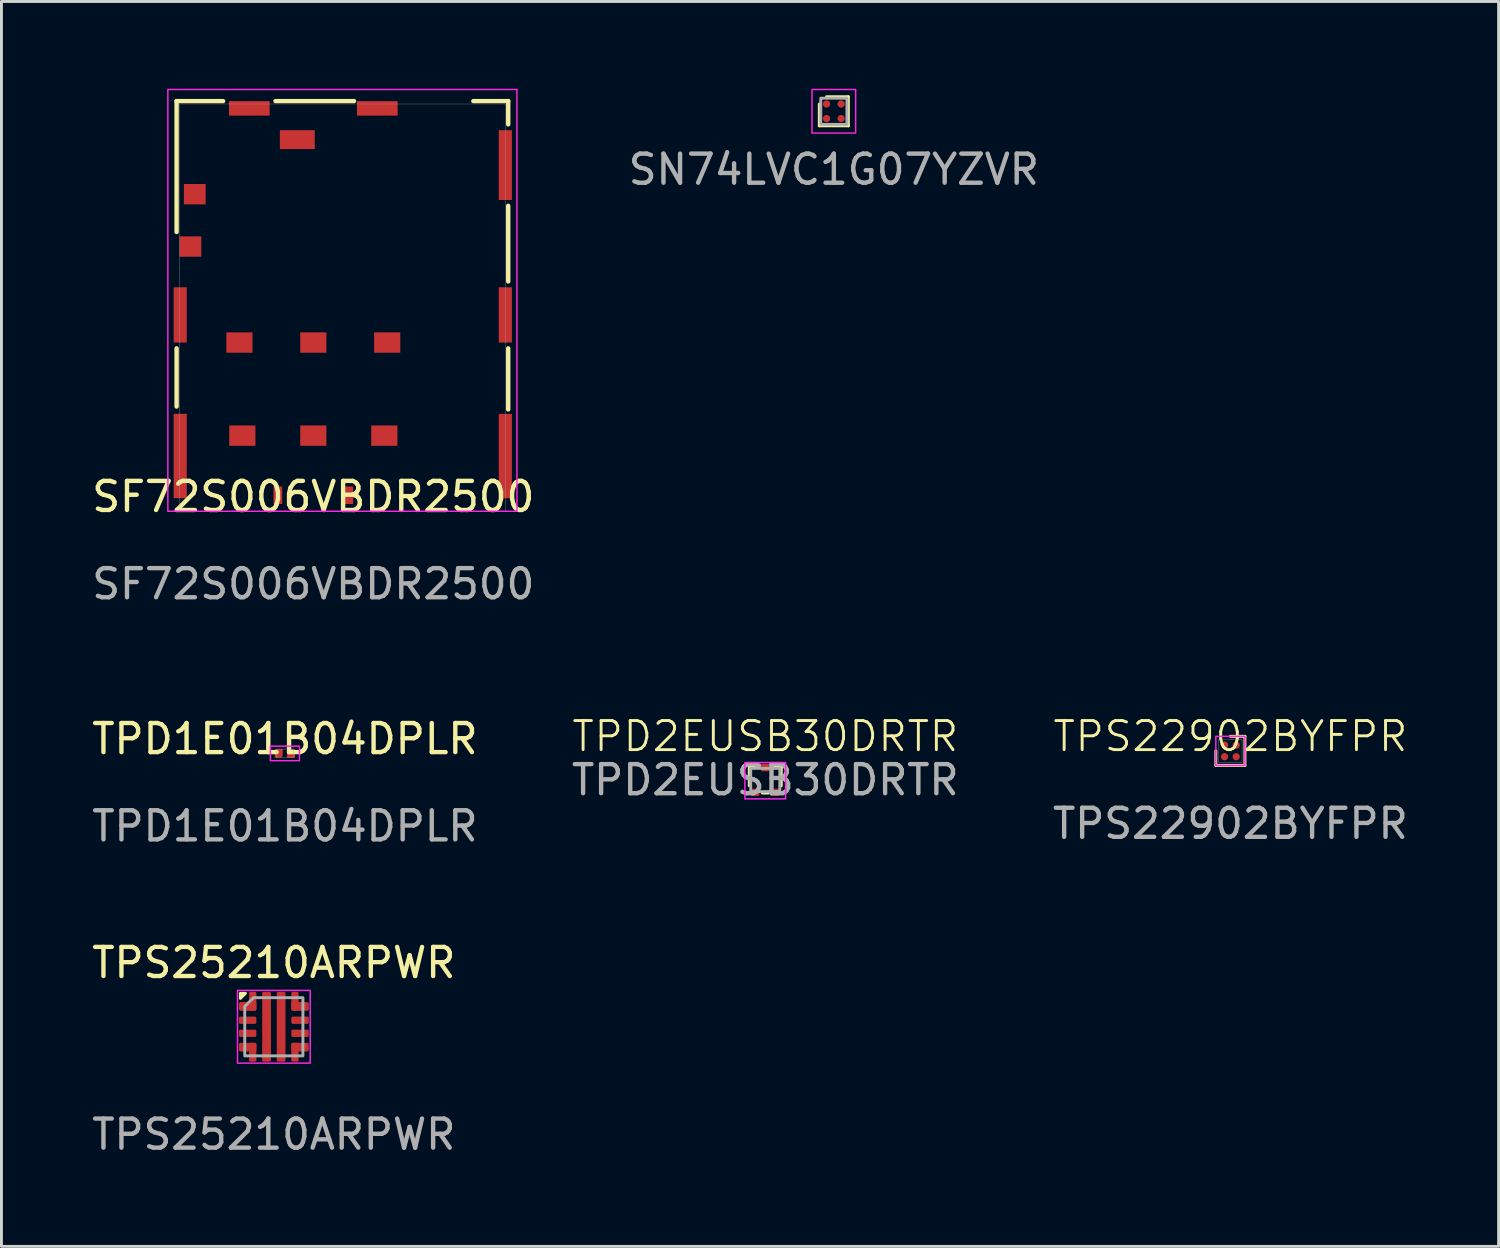
<source format=kicad_pcb>
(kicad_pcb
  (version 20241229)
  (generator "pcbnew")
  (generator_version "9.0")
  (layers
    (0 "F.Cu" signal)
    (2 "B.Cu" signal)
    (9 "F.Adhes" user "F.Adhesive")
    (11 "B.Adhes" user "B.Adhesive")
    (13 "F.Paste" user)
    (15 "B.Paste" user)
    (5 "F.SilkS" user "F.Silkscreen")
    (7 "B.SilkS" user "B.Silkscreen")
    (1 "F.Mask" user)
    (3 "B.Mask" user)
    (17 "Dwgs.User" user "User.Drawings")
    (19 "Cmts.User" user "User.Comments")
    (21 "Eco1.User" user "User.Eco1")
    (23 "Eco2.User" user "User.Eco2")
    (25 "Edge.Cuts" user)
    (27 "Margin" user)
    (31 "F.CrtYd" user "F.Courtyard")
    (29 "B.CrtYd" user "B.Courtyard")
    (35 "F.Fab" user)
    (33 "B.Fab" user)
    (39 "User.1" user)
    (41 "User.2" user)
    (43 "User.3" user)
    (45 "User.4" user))
  (footprint "TPD1E01B04DPLR"
    (layer "F.Cu")
    (at 6.744 22.848)
    (property "Reference" "TPD1E01B04DPLR" (at 0 -0.5 0) (unlocked yes) (layer "F.SilkS") (effects (font (size 1 1) (thickness 0.15))))
    (attr smd)
    (fp_rect (start -0.5 -0.25) (end 0.5 0.25) (stroke (width 0.05) (type default)) (fill no) (layer "F.CrtYd"))
    (fp_rect (start -0.3 -0.15) (end 0.3 0.15) (stroke (width 0.01) (type solid)) (fill no) (layer "F.Fab"))
    (fp_text user "${REFERENCE}" (at 0 2.5 0) (unlocked yes) (layer "F.Fab") (effects (font (size 1 1) (thickness 0.15))))
    (pad "1" smd roundrect (at -0.212 0) (size 0.275 0.3) (layers "F.Cu" "F.Mask" "F.Paste") (roundrect_rratio 0) (chamfer_ratio 0.25) (chamfer bottom_right))
    (pad "2" smd rect (at 0.212 0) (size 0.275 0.3) (layers "F.Cu" "F.Mask" "F.Paste")))
  (footprint "TPD2EUSB30DRTR"
    (layer "F.Cu")
    (at 23.256 23.761)
    (property "Reference" "TPD2EUSB30DRTR" (at 0 -1.5 0) (unlocked yes) (layer "F.SilkS") (effects (font (size 1 1) (thickness 0.1))))
    (attr smd)
    (fp_line (start -0.55 -0.45) (end -0.55 0.2) (stroke (width 0.1) (type default)) (layer "F.SilkS"))
    (fp_line (start -0.25 -0.45) (end -0.55 -0.45) (stroke (width 0.1) (type default)) (layer "F.SilkS"))
    (fp_line (start -0.1 0.45) (end 0.1 0.45) (stroke (width 0.1) (type default)) (layer "F.SilkS"))
    (fp_line (start 0.25 -0.45) (end 0.55 -0.45) (stroke (width 0.1) (type default)) (layer "F.SilkS"))
    (fp_line (start 0.55 -0.45) (end 0.55 0.2) (stroke (width 0.1) (type default)) (layer "F.SilkS"))
    (fp_rect (start -0.7 -0.6) (end 0.7 0.65) (stroke (width 0.05) (type default)) (fill no) (layer "F.CrtYd"))
    (fp_rect (start -0.5 -0.4) (end 0.5 0.4) (stroke (width 0.1) (type default)) (fill no) (layer "F.Fab"))
    (fp_text user "${REFERENCE}" (at 0 0 0) (unlocked yes) (layer "F.Fab") (effects (font (size 1 1) (thickness 0.15))))
    (pad "1" smd roundrect (at -0.35 0.425) (size 0.3 0.25) (layers "F.Cu" "F.Mask" "F.Paste") (roundrect_rratio 0.2))
    (pad "2" smd roundrect (at 0.35 0.425) (size 0.3 0.25) (layers "F.Cu" "F.Mask" "F.Paste") (roundrect_rratio 0.2))
    (pad "3" smd roundrect (at 0 -0.425) (size 0.3 0.25) (layers "F.Cu" "F.Mask" "F.Paste") (roundrect_rratio 0.2)))
  (footprint "SF72S006VBDR2500"
    (layer "F.Cu")
    (at 7.72 14.525)
    (property "Reference" "SF72S006VBDR2500" (at 0 -0.5 0) (unlocked yes) (layer "F.SilkS") (effects (font (size 1 1) (thickness 0.15))))
    (attr smd)
    (fp_line (start -4.7 -14.1) (end -3.1 -14.1) (stroke (width 0.15) (type default)) (layer "F.SilkS"))
    (fp_line (start -4.7 -9.6) (end -4.7 -14.1) (stroke (width 0.15) (type default)) (layer "F.SilkS"))
    (fp_line (start -4.7 -3.6) (end -4.7 -5.6) (stroke (width 0.15) (type default)) (layer "F.SilkS"))
    (fp_line (start -1.3 -14.1) (end 1.4 -14.1) (stroke (width 0.15) (type default)) (layer "F.SilkS"))
    (fp_line (start 5.5 -14.1) (end 6.7 -14.1) (stroke (width 0.15) (type default)) (layer "F.SilkS"))
    (fp_line (start 6.7 -14.1) (end 6.7 -13.3) (stroke (width 0.15) (type default)) (layer "F.SilkS"))
    (fp_line (start 6.7 -10.5) (end 6.7 -7.9) (stroke (width 0.15) (type default)) (layer "F.SilkS"))
    (fp_line (start 6.7 -5.6) (end 6.7 -3.5) (stroke (width 0.15) (type default)) (layer "F.SilkS"))
    (fp_rect (start -5 -14.5) (end 7 0) (stroke (width 0.05) (type default)) (fill no) (layer "F.CrtYd"))
    (fp_rect (start -4.6 -14) (end 6.6 0) (stroke (width 0.01) (type solid)) (fill no) (layer "F.Fab"))
    (fp_line (start -4.4 0) (end -4.4 0.8) (stroke (width 0.15) (type default)) (layer "User.2"))
    (fp_line (start -4.4 0.8) (end -4.4 3.9) (stroke (width 0.15) (type default)) (layer "User.2"))
    (fp_line (start -4.4 0.8) (end 4.4 0.8) (stroke (width 0.15) (type default)) (layer "User.2"))
    (fp_line (start -4.4 3.9) (end 4.4 3.9) (stroke (width 0.15) (type default)) (layer "User.2"))
    (fp_line (start 4.4 0.8) (end 4.4 0) (stroke (width 0.15) (type default)) (layer "User.2"))
    (fp_line (start 4.4 3.9) (end 4.4 0.8) (stroke (width 0.15) (type default)) (layer "User.2"))
    (fp_text user "${REFERENCE}" (at 0 2.5 0) (unlocked yes) (layer "F.Fab") (effects (font (size 1 1) (thickness 0.15))))
    (pad "C1" smd rect (at 2.44 -2.6) (size 0.9 0.7) (layers "F.Cu" "F.Mask" "F.Paste"))
    (pad "C2" smd rect (at 0 -2.6) (size 0.9 0.7) (layers "F.Cu" "F.Mask" "F.Paste"))
    (pad "C3" smd rect (at -2.44 -2.6) (size 0.9 0.7) (layers "F.Cu" "F.Mask" "F.Paste"))
    (pad "C5" smd rect (at 2.54 -5.8) (size 0.9 0.7) (layers "F.Cu" "F.Mask" "F.Paste"))
    (pad "C6" smd rect (at 0 -5.8) (size 0.9 0.7) (layers "F.Cu" "F.Mask" "F.Paste"))
    (pad "C7" smd rect (at -2.54 -5.8) (size 0.9 0.7) (layers "F.Cu" "F.Mask" "F.Paste"))
    (pad "C8" smd rect (at -0.55 -12.775) (size 1.2 0.65) (layers "F.Cu" "F.Mask" "F.Paste"))
    (pad "MP" smd rect (at -4.575 -6.75) (size 0.45 1.9) (layers "F.Cu" "F.Mask" "F.Paste"))
    (pad "MP" smd rect (at -4.575 -1.9) (size 0.45 2.9) (layers "F.Cu" "F.Mask" "F.Paste"))
    (pad "MP" smd rect (at -4.225 -9.1) (size 0.75 0.7) (layers "F.Cu" "F.Mask" "F.Paste"))
    (pad "MP" smd rect (at -4.075 -10.9) (size 0.75 0.7) (layers "F.Cu" "F.Mask" "F.Paste"))
    (pad "MP" smd rect (at -2.2 -13.85) (size 1.4 0.5) (layers "F.Cu" "F.Mask" "F.Paste"))
    (pad "MP" smd rect (at -1.22 -0.55) (size 0.3 0.6) (layers "F.Cu" "F.Mask" "F.Paste"))
    (pad "MP" smd rect (at 1.22 -0.55) (size 0.3 0.6) (layers "F.Cu" "F.Mask" "F.Paste"))
    (pad "MP" smd rect (at 2.2 -13.85) (size 1.4 0.5) (layers "F.Cu" "F.Mask" "F.Paste"))
    (pad "MP" smd rect (at 6.6 -11.9) (size 0.45 2.4) (layers "F.Cu" "F.Mask" "F.Paste"))
    (pad "MP" smd rect (at 6.6 -6.75) (size 0.45 1.9) (layers "F.Cu" "F.Mask" "F.Paste"))
    (pad "MP" smd rect (at 6.6 -1.9) (size 0.45 2.9) (layers "F.Cu" "F.Mask" "F.Paste")))
  (footprint "TPS25210ARPWR"
    (layer "F.Cu")
    (at 6.363 32.245)
    (property "Reference" "TPS25210ARPWR" (at 0 -2.2 0) (unlocked yes) (layer "F.SilkS") (effects (font (size 1 1) (thickness 0.15))))
    (attr smd)
    (fp_poly (pts (xy -1.15 -1.15) (xy -1.15 -0.975) (xy -0.975 -1.15)) (stroke (width 0.1) (type solid)) (fill yes) (layer "F.SilkS"))
    (fp_rect (start -1.25 -1.25) (end 1.25 1.25) (stroke (width 0.05) (type default)) (fill no) (layer "F.CrtYd"))
    (fp_poly (pts (xy -0.7 -1) (xy 1 -1) (xy 1 1) (xy -1 1) (xy -1 -0.7)) (stroke (width 0.1) (type solid)) (fill no) (layer "F.Fab"))
    (fp_text user "${REFERENCE}" (at 0 3.7 0) (unlocked yes) (layer "F.Fab") (effects (font (size 1 1) (thickness 0.15))))
    (pad "1" smd roundrect (at -0.9 -0.7) (size 0.6 0.3) (layers "F.Cu" "F.Mask" "F.Paste") (roundrect_rratio 0.2))
    (pad "1" smd roundrect (at -0.725 -0.875) (size 0.25 0.65) (layers "F.Cu" "F.Mask" "F.Paste") (roundrect_rratio 0.2))
    (pad "2" smd roundrect (at -0.9 -0.225) (size 0.6 0.25) (layers "F.Cu" "F.Mask" "F.Paste") (roundrect_rratio 0.2))
    (pad "3" smd roundrect (at -0.9 0.225) (size 0.6 0.25) (layers "F.Cu" "F.Mask" "F.Paste") (roundrect_rratio 0.2))
    (pad "4" smd roundrect (at -0.9 0.7) (size 0.6 0.3) (layers "F.Cu" "F.Mask" "F.Paste") (roundrect_rratio 0.2))
    (pad "4" smd roundrect (at -0.725 0.875) (size 0.25 0.65) (layers "F.Cu" "F.Mask" "F.Paste") (roundrect_rratio 0.2))
    (pad "5" smd roundrect (at -0.25 0) (size 0.3 2.4) (layers "F.Cu" "F.Mask" "F.Paste") (roundrect_rratio 0.167))
    (pad "6" smd roundrect (at 0.25 0) (size 0.3 2.4) (layers "F.Cu" "F.Mask" "F.Paste") (roundrect_rratio 0.167))
    (pad "7" smd roundrect (at 0.725 0.875) (size 0.25 0.65) (layers "F.Cu" "F.Mask" "F.Paste") (roundrect_rratio 0.2))
    (pad "7" smd roundrect (at 0.9 0.7) (size 0.6 0.3) (layers "F.Cu" "F.Mask" "F.Paste") (roundrect_rratio 0.2))
    (pad "8" smd roundrect (at 0.9 0.225) (size 0.6 0.25) (layers "F.Cu" "F.Mask" "F.Paste") (roundrect_rratio 0.2))
    (pad "9" smd roundrect (at 0.9 -0.225) (size 0.6 0.25) (layers "F.Cu" "F.Mask" "F.Paste") (roundrect_rratio 0.2))
    (pad "10" smd roundrect (at 0.725 -0.875) (size 0.25 0.65) (layers "F.Cu" "F.Mask" "F.Paste") (roundrect_rratio 0.2))
    (pad "10" smd roundrect (at 0.9 -0.7) (size 0.6 0.3) (layers "F.Cu" "F.Mask" "F.Paste") (roundrect_rratio 0.2)))
  (footprint "TPS22902BYFPR"
    (layer "F.Cu")
    (at 39.244 22.761)
    (property "Reference" "TPS22902BYFPR" (at 0 -0.5 0) (unlocked yes) (layer "F.SilkS") (effects (font (size 1 1) (thickness 0.1))))
    (attr smd)
    (fp_line (start -0.5 0.5) (end -0.5 0) (stroke (width 0.1) (type default)) (layer "F.SilkS"))
    (fp_line (start 0 -0.5) (end 0.5 -0.5) (stroke (width 0.1) (type default)) (layer "F.SilkS"))
    (fp_line (start 0.5 -0.5) (end 0.5 0.5) (stroke (width 0.1) (type default)) (layer "F.SilkS"))
    (fp_line (start 0.5 0.5) (end -0.5 0.5) (stroke (width 0.1) (type default)) (layer "F.SilkS"))
    (fp_rect (start -0.5 -0.5) (end 0.5 0.5) (stroke (width 0.05) (type default)) (fill no) (layer "F.CrtYd"))
    (fp_rect (start -0.4 -0.4) (end 0.4 0.4) (stroke (width 0.01) (type default)) (fill no) (layer "F.Fab"))
    (fp_text user "${REFERENCE}" (at 0 2.5 0) (unlocked yes) (layer "F.Fab") (effects (font (size 1 1) (thickness 0.15))))
    (pad "A1" smd circle (at -0.2 -0.2 270) (size 0.25 0.25) (layers "F.Cu" "F.Mask" "F.Paste"))
    (pad "A2" smd circle (at 0.2 -0.2 270) (size 0.25 0.25) (layers "F.Cu" "F.Mask" "F.Paste"))
    (pad "B1" smd circle (at -0.2 0.2 270) (size 0.25 0.25) (layers "F.Cu" "F.Mask" "F.Paste"))
    (pad "B2" smd circle (at 0.2 0.2 270) (size 0.25 0.25) (layers "F.Cu" "F.Mask" "F.Paste")))
  (footprint "SN74LVC1G07YZVR"
    (layer "F.Cu")
    (at 25.613 0.775)
    (property "Reference" "SN74LVC1G07YZVR" (at 0 2 0) (unlocked yes) (layer "F.SilkS") (effects (font (size 1 1) (thickness 0.1))))
    (attr smd)
    (fp_line (start -0.5 0.5) (end -0.5 -0.25) (stroke (width 0.1) (type default)) (layer "F.SilkS"))
    (fp_line (start -0.25 -0.5) (end 0.5 -0.5) (stroke (width 0.1) (type default)) (layer "F.SilkS"))
    (fp_line (start 0.5 -0.5) (end 0.5 0.5) (stroke (width 0.1) (type default)) (layer "F.SilkS"))
    (fp_line (start 0.5 0.5) (end -0.5 0.5) (stroke (width 0.1) (type default)) (layer "F.SilkS"))
    (fp_rect (start -0.75 -0.75) (end 0.75 0.75) (stroke (width 0.05) (type default)) (fill no) (layer "F.CrtYd"))
    (fp_rect (start -0.45 -0.45) (end 0.45 0.45) (stroke (width 0.1) (type default)) (fill no) (layer "F.Fab"))
    (fp_text user "${REFERENCE}" (at 0 2 0) (unlocked yes) (layer "F.Fab") (effects (font (size 1 1) (thickness 0.15))))
    (pad "A1" smd circle (at -0.25 -0.25) (size 0.25 0.25) (layers "F.Cu" "F.Mask" "F.Paste"))
    (pad "A2" smd circle (at 0.25 -0.25) (size 0.25 0.25) (layers "F.Cu" "F.Mask" "F.Paste"))
    (pad "B1" smd circle (at -0.25 0.25) (size 0.25 0.25) (layers "F.Cu" "F.Mask" "F.Paste"))
    (pad "B2" smd circle (at 0.25 0.25) (size 0.25 0.25) (layers "F.Cu" "F.Mask" "F.Paste")))
  (gr_rect
    (start -3 -3)
    (end 48.464 39.793)
    (stroke (width 0.1) (type default))
    (fill no)
    (layer "Edge.Cuts")))
</source>
